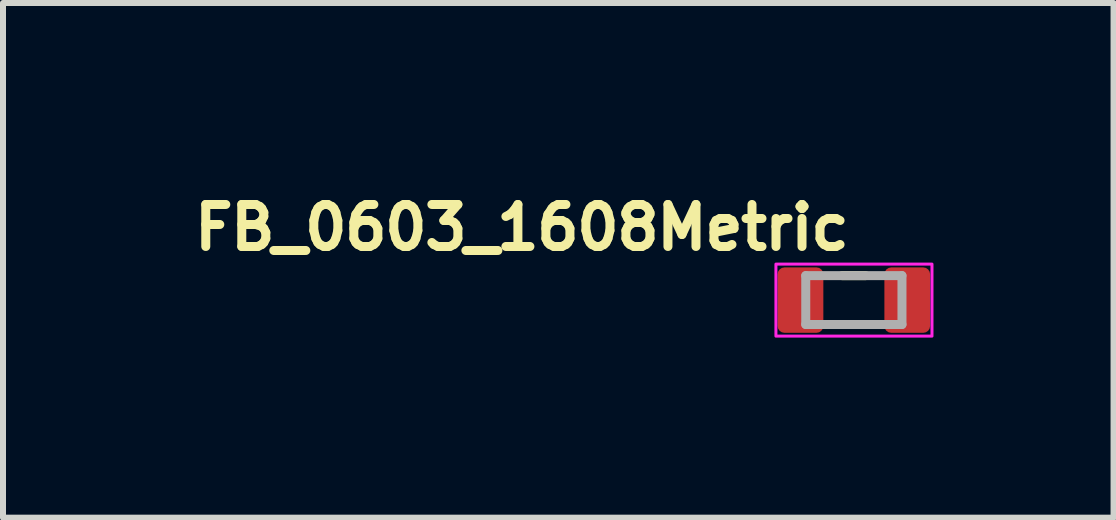
<source format=kicad_pcb>
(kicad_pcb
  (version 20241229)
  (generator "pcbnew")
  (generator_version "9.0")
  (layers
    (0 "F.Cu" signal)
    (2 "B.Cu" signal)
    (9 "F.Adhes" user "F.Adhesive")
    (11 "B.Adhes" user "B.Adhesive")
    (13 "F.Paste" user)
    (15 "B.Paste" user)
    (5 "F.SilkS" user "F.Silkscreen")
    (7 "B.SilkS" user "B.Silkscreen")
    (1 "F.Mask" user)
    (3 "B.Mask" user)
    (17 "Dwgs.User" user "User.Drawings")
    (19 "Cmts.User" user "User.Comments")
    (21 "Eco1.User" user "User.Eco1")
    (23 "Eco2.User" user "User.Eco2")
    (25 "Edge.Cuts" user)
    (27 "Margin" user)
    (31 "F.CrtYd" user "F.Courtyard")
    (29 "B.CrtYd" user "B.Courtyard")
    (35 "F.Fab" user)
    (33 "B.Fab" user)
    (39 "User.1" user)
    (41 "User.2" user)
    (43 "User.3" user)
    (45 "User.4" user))
  (footprint "FB_0603_1608Metric"
    (layer "F.Cu")
    (at 11.177 1.95)
    (property "Reference" "FB_0603_1608Metric" (at 0 -0.8 0) (layer "F.SilkS") (effects (font (size 0.7 0.7) (thickness 0.15)) (justify right bottom)))
    (attr smd)
    (fp_line (start -0.196 -0.408) (end 0.193 -0.408) (stroke (width 0.15) (type solid)) (layer "F.SilkS"))
    (fp_line (start -0.196 0.406) (end 0.193 0.406) (stroke (width 0.15) (type solid)) (layer "F.SilkS"))
    (fp_rect (start -1.3 -0.6) (end 1.3 0.6) (stroke (width 0.05) (type solid)) (fill no) (layer "F.CrtYd"))
    (fp_line (start -0.803 0.406) (end -0.803 -0.408) (stroke (width 0.15) (type solid)) (layer "F.Fab"))
    (fp_line (start 0.8 -0.408) (end -0.803 -0.408) (stroke (width 0.15) (type solid)) (layer "F.Fab"))
    (fp_line (start 0.8 -0.408) (end 0.8 0.406) (stroke (width 0.15) (type solid)) (layer "F.Fab"))
    (fp_line (start 0.8 0.406) (end -0.803 0.406) (stroke (width 0.15) (type solid)) (layer "F.Fab"))
    (fp_rect (start -0.802 -0.402) (end 0.8 0.4) (stroke (width 0.1) (type solid)) (fill no) (layer "User.5"))
    (fp_line (start -0.802 -0.392) (end -0.802 -0.392) (stroke (width 0.02) (type solid)) (layer "User.9"))
    (fp_line (start -0.802 -0.392) (end -0.801 -0.391) (stroke (width 0.02) (type solid)) (layer "User.9"))
    (fp_line (start -0.802 0.39) (end -0.802 -0.392) (stroke (width 0.02) (type solid)) (layer "User.9"))
    (fp_line (start -0.802 0.39) (end -0.802 0.39) (stroke (width 0.02) (type solid)) (layer "User.9"))
    (fp_line (start -0.802 0.39) (end -0.801 0.39) (stroke (width 0.02) (type solid)) (layer "User.9"))
    (fp_line (start -0.801 -0.396) (end -0.801 -0.395) (stroke (width 0.02) (type solid)) (layer "User.9"))
    (fp_line (start -0.801 -0.395) (end -0.801 -0.395) (stroke (width 0.02) (type solid)) (layer "User.9"))
    (fp_line (start -0.801 -0.395) (end -0.801 -0.394) (stroke (width 0.02) (type solid)) (layer "User.9"))
    (fp_line (start -0.801 -0.394) (end -0.801 -0.394) (stroke (width 0.02) (type solid)) (layer "User.9"))
    (fp_line (start -0.801 -0.394) (end -0.801 -0.394) (stroke (width 0.02) (type solid)) (layer "User.9"))
    (fp_line (start -0.801 -0.394) (end -0.801 -0.393) (stroke (width 0.02) (type solid)) (layer "User.9"))
    (fp_line (start -0.801 -0.393) (end -0.801 -0.393) (stroke (width 0.02) (type solid)) (layer "User.9"))
    (fp_line (start -0.801 -0.393) (end -0.801 -0.392) (stroke (width 0.02) (type solid)) (layer "User.9"))
    (fp_line (start -0.801 -0.392) (end -0.802 -0.392) (stroke (width 0.02) (type solid)) (layer "User.9"))
    (fp_line (start -0.801 -0.391) (end -0.801 -0.39) (stroke (width 0.02) (type solid)) (layer "User.9"))
    (fp_line (start -0.801 -0.39) (end -0.801 -0.39) (stroke (width 0.02) (type solid)) (layer "User.9"))
    (fp_line (start -0.801 -0.39) (end -0.801 -0.389) (stroke (width 0.02) (type solid)) (layer "User.9"))
    (fp_line (start -0.801 -0.389) (end -0.801 -0.389) (stroke (width 0.02) (type solid)) (layer "User.9"))
    (fp_line (start -0.801 -0.389) (end -0.801 -0.389) (stroke (width 0.02) (type solid)) (layer "User.9"))
    (fp_line (start -0.801 -0.389) (end -0.801 -0.388) (stroke (width 0.02) (type solid)) (layer "User.9"))
    (fp_line (start -0.801 -0.388) (end -0.801 -0.388) (stroke (width 0.02) (type solid)) (layer "User.9"))
    (fp_line (start -0.801 -0.388) (end -0.801 -0.387) (stroke (width 0.02) (type solid)) (layer "User.9"))
    (fp_line (start -0.801 -0.387) (end -0.8 -0.387) (stroke (width 0.02) (type solid)) (layer "User.9"))
    (fp_line (start -0.801 0.385) (end -0.801 0.386) (stroke (width 0.02) (type solid)) (layer "User.9"))
    (fp_line (start -0.801 0.386) (end -0.801 0.386) (stroke (width 0.02) (type solid)) (layer "User.9"))
    (fp_line (start -0.801 0.386) (end -0.801 0.387) (stroke (width 0.02) (type solid)) (layer "User.9"))
    (fp_line (start -0.801 0.387) (end -0.801 0.387) (stroke (width 0.02) (type solid)) (layer "User.9"))
    (fp_line (start -0.801 0.387) (end -0.801 0.387) (stroke (width 0.02) (type solid)) (layer "User.9"))
    (fp_line (start -0.801 0.387) (end -0.801 0.388) (stroke (width 0.02) (type solid)) (layer "User.9"))
    (fp_line (start -0.801 0.388) (end -0.801 0.388) (stroke (width 0.02) (type solid)) (layer "User.9"))
    (fp_line (start -0.801 0.388) (end -0.801 0.389) (stroke (width 0.02) (type solid)) (layer "User.9"))
    (fp_line (start -0.801 0.389) (end -0.802 0.39) (stroke (width 0.02) (type solid)) (layer "User.9"))
    (fp_line (start -0.801 0.39) (end -0.801 0.391) (stroke (width 0.02) (type solid)) (layer "User.9"))
    (fp_line (start -0.801 0.391) (end -0.801 0.391) (stroke (width 0.02) (type solid)) (layer "User.9"))
    (fp_line (start -0.801 0.391) (end -0.801 0.392) (stroke (width 0.02) (type solid)) (layer "User.9"))
    (fp_line (start -0.801 0.392) (end -0.801 0.392) (stroke (width 0.02) (type solid)) (layer "User.9"))
    (fp_line (start -0.801 0.392) (end -0.801 0.392) (stroke (width 0.02) (type solid)) (layer "User.9"))
    (fp_line (start -0.801 0.392) (end -0.801 0.393) (stroke (width 0.02) (type solid)) (layer "User.9"))
    (fp_line (start -0.801 0.393) (end -0.801 0.393) (stroke (width 0.02) (type solid)) (layer "User.9"))
    (fp_line (start -0.801 0.393) (end -0.801 0.394) (stroke (width 0.02) (type solid)) (layer "User.9"))
    (fp_line (start -0.801 0.394) (end -0.8 0.394) (stroke (width 0.02) (type solid)) (layer "User.9"))
    (fp_line (start -0.8 -0.397) (end -0.8 -0.397) (stroke (width 0.02) (type solid)) (layer "User.9"))
    (fp_line (start -0.8 -0.397) (end -0.8 -0.397) (stroke (width 0.02) (type solid)) (layer "User.9"))
    (fp_line (start -0.8 -0.397) (end -0.8 -0.396) (stroke (width 0.02) (type solid)) (layer "User.9"))
    (fp_line (start -0.8 -0.396) (end -0.801 -0.396) (stroke (width 0.02) (type solid)) (layer "User.9"))
    (fp_line (start -0.8 -0.387) (end -0.8 -0.386) (stroke (width 0.02) (type solid)) (layer "User.9"))
    (fp_line (start -0.8 -0.386) (end -0.8 -0.386) (stroke (width 0.02) (type solid)) (layer "User.9"))
    (fp_line (start -0.8 -0.386) (end -0.8 -0.386) (stroke (width 0.02) (type solid)) (layer "User.9"))
    (fp_line (start -0.8 -0.386) (end -0.799 -0.384) (stroke (width 0.02) (type solid)) (layer "User.9"))
    (fp_line (start -0.8 0.384) (end -0.8 0.384) (stroke (width 0.02) (type solid)) (layer "User.9"))
    (fp_line (start -0.8 0.384) (end -0.8 0.384) (stroke (width 0.02) (type solid)) (layer "User.9"))
    (fp_line (start -0.8 0.384) (end -0.8 0.385) (stroke (width 0.02) (type solid)) (layer "User.9"))
    (fp_line (start -0.8 0.385) (end -0.801 0.385) (stroke (width 0.02) (type solid)) (layer "User.9"))
    (fp_line (start -0.8 0.394) (end -0.8 0.395) (stroke (width 0.02) (type solid)) (layer "User.9"))
    (fp_line (start -0.8 0.395) (end -0.8 0.395) (stroke (width 0.02) (type solid)) (layer "User.9"))
    (fp_line (start -0.8 0.395) (end -0.8 0.395) (stroke (width 0.02) (type solid)) (layer "User.9"))
    (fp_line (start -0.8 0.395) (end -0.799 0.396) (stroke (width 0.02) (type solid)) (layer "User.9"))
    (fp_line (start -0.799 -0.399) (end -0.799 -0.398) (stroke (width 0.02) (type solid)) (layer "User.9"))
    (fp_line (start -0.799 -0.398) (end -0.8 -0.397) (stroke (width 0.02) (type solid)) (layer "User.9"))
    (fp_line (start -0.799 -0.398) (end -0.799 -0.398) (stroke (width 0.02) (type solid)) (layer "User.9"))
    (fp_line (start -0.799 -0.384) (end -0.799 -0.384) (stroke (width 0.02) (type solid)) (layer "User.9"))
    (fp_line (start -0.799 -0.384) (end -0.799 -0.383) (stroke (width 0.02) (type solid)) (layer "User.9"))
    (fp_line (start -0.799 -0.383) (end -0.798 -0.383) (stroke (width 0.02) (type solid)) (layer "User.9"))
    (fp_line (start -0.799 0.381) (end -0.799 0.382) (stroke (width 0.02) (type solid)) (layer "User.9"))
    (fp_line (start -0.799 0.382) (end -0.8 0.384) (stroke (width 0.02) (type solid)) (layer "User.9"))
    (fp_line (start -0.799 0.382) (end -0.799 0.382) (stroke (width 0.02) (type solid)) (layer "User.9"))
    (fp_line (start -0.799 0.396) (end -0.799 0.396) (stroke (width 0.02) (type solid)) (layer "User.9"))
    (fp_line (start -0.799 0.396) (end -0.799 0.397) (stroke (width 0.02) (type solid)) (layer "User.9"))
    (fp_line (start -0.799 0.397) (end -0.798 0.397) (stroke (width 0.02) (type solid)) (layer "User.9"))
    (fp_line (start -0.798 -0.399) (end -0.799 -0.399) (stroke (width 0.02) (type solid)) (layer "User.9"))
    (fp_line (start -0.798 -0.399) (end -0.798 -0.399) (stroke (width 0.02) (type solid)) (layer "User.9"))
    (fp_line (start -0.798 -0.383) (end -0.798 -0.383) (stroke (width 0.02) (type solid)) (layer "User.9"))
    (fp_line (start -0.798 -0.383) (end -0.797 -0.382) (stroke (width 0.02) (type solid)) (layer "User.9"))
    (fp_line (start -0.798 0.381) (end -0.799 0.381) (stroke (width 0.02) (type solid)) (layer "User.9"))
    (fp_line (start -0.798 0.381) (end -0.798 0.381) (stroke (width 0.02) (type solid)) (layer "User.9"))
    (fp_line (start -0.798 0.397) (end -0.798 0.397) (stroke (width 0.02) (type solid)) (layer "User.9"))
    (fp_line (start -0.798 0.397) (end -0.797 0.398) (stroke (width 0.02) (type solid)) (layer "User.9"))
    (fp_line (start -0.797 -0.4) (end -0.798 -0.399) (stroke (width 0.02) (type solid)) (layer "User.9"))
    (fp_line (start -0.797 -0.4) (end -0.797 -0.4) (stroke (width 0.02) (type solid)) (layer "User.9"))
    (fp_line (start -0.797 -0.4) (end -0.797 -0.4) (stroke (width 0.02) (type solid)) (layer "User.9"))
    (fp_line (start -0.797 -0.382) (end -0.797 -0.382) (stroke (width 0.02) (type solid)) (layer "User.9"))
    (fp_line (start -0.797 -0.382) (end -0.797 -0.382) (stroke (width 0.02) (type solid)) (layer "User.9"))
    (fp_line (start -0.797 -0.382) (end -0.796 -0.382) (stroke (width 0.02) (type solid)) (layer "User.9"))
    (fp_line (start -0.797 0.38) (end -0.798 0.381) (stroke (width 0.02) (type solid)) (layer "User.9"))
    (fp_line (start -0.797 0.38) (end -0.797 0.38) (stroke (width 0.02) (type solid)) (layer "User.9"))
    (fp_line (start -0.797 0.38) (end -0.797 0.38) (stroke (width 0.02) (type solid)) (layer "User.9"))
    (fp_line (start -0.797 0.398) (end -0.797 0.398) (stroke (width 0.02) (type solid)) (layer "User.9"))
    (fp_line (start -0.797 0.398) (end -0.797 0.398) (stroke (width 0.02) (type solid)) (layer "User.9"))
    (fp_line (start -0.797 0.398) (end -0.796 0.398) (stroke (width 0.02) (type solid)) (layer "User.9"))
    (fp_line (start -0.796 -0.401) (end -0.796 -0.4) (stroke (width 0.02) (type solid)) (layer "User.9"))
    (fp_line (start -0.796 -0.4) (end -0.797 -0.4) (stroke (width 0.02) (type solid)) (layer "User.9"))
    (fp_line (start -0.796 -0.382) (end -0.796 -0.381) (stroke (width 0.02) (type solid)) (layer "User.9"))
    (fp_line (start -0.796 -0.381) (end -0.795 -0.381) (stroke (width 0.02) (type solid)) (layer "User.9"))
    (fp_line (start -0.796 0.379) (end -0.796 0.38) (stroke (width 0.02) (type solid)) (layer "User.9"))
    (fp_line (start -0.796 0.38) (end -0.797 0.38) (stroke (width 0.02) (type solid)) (layer "User.9"))
    (fp_line (start -0.796 0.398) (end -0.796 0.399) (stroke (width 0.02) (type solid)) (layer "User.9"))
    (fp_line (start -0.796 0.399) (end -0.795 0.399) (stroke (width 0.02) (type solid)) (layer "User.9"))
    (fp_line (start -0.795 -0.401) (end -0.796 -0.401) (stroke (width 0.02) (type solid)) (layer "User.9"))
    (fp_line (start -0.795 -0.401) (end -0.795 -0.401) (stroke (width 0.02) (type solid)) (layer "User.9"))
    (fp_line (start -0.795 -0.381) (end -0.795 -0.381) (stroke (width 0.02) (type solid)) (layer "User.9"))
    (fp_line (start -0.795 -0.381) (end -0.794 -0.381) (stroke (width 0.02) (type solid)) (layer "User.9"))
    (fp_line (start -0.795 0.379) (end -0.796 0.379) (stroke (width 0.02) (type solid)) (layer "User.9"))
    (fp_line (start -0.795 0.379) (end -0.795 0.379) (stroke (width 0.02) (type solid)) (layer "User.9"))
    (fp_line (start -0.795 0.399) (end -0.795 0.399) (stroke (width 0.02) (type solid)) (layer "User.9"))
    (fp_line (start -0.795 0.399) (end -0.794 0.399) (stroke (width 0.02) (type solid)) (layer "User.9"))
    (fp_line (start -0.794 -0.401) (end -0.795 -0.401) (stroke (width 0.02) (type solid)) (layer "User.9"))
    (fp_line (start -0.794 -0.401) (end -0.794 -0.401) (stroke (width 0.02) (type solid)) (layer "User.9"))
    (fp_line (start -0.794 -0.401) (end -0.794 -0.401) (stroke (width 0.02) (type solid)) (layer "User.9"))
    (fp_line (start -0.794 -0.381) (end -0.794 -0.381) (stroke (width 0.02) (type solid)) (layer "User.9"))
    (fp_line (start -0.794 -0.381) (end -0.794 -0.381) (stroke (width 0.02) (type solid)) (layer "User.9"))
    (fp_line (start -0.794 -0.381) (end -0.793 -0.381) (stroke (width 0.02) (type solid)) (layer "User.9"))
    (fp_line (start -0.794 0.379) (end -0.795 0.379) (stroke (width 0.02) (type solid)) (layer "User.9"))
    (fp_line (start -0.794 0.379) (end -0.794 0.379) (stroke (width 0.02) (type solid)) (layer "User.9"))
    (fp_line (start -0.794 0.379) (end -0.794 0.379) (stroke (width 0.02) (type solid)) (layer "User.9"))
    (fp_line (start -0.794 0.399) (end -0.794 0.399) (stroke (width 0.02) (type solid)) (layer "User.9"))
    (fp_line (start -0.794 0.399) (end -0.794 0.399) (stroke (width 0.02) (type solid)) (layer "User.9"))
    (fp_line (start -0.794 0.399) (end -0.793 0.399) (stroke (width 0.02) (type solid)) (layer "User.9"))
    (fp_line (start -0.793 -0.401) (end -0.794 -0.401) (stroke (width 0.02) (type solid)) (layer "User.9"))
    (fp_line (start -0.793 -0.401) (end -0.793 -0.401) (stroke (width 0.02) (type solid)) (layer "User.9"))
    (fp_line (start -0.793 -0.381) (end -0.793 -0.381) (stroke (width 0.02) (type solid)) (layer "User.9"))
    (fp_line (start -0.793 -0.381) (end -0.792 -0.381) (stroke (width 0.02) (type solid)) (layer "User.9"))
    (fp_line (start -0.793 0.379) (end -0.794 0.379) (stroke (width 0.02) (type solid)) (layer "User.9"))
    (fp_line (start -0.793 0.379) (end -0.793 0.379) (stroke (width 0.02) (type solid)) (layer "User.9"))
    (fp_line (start -0.793 0.399) (end -0.793 0.399) (stroke (width 0.02) (type solid)) (layer "User.9"))
    (fp_line (start -0.793 0.399) (end -0.792 0.399) (stroke (width 0.02) (type solid)) (layer "User.9"))
    (fp_line (start -0.792 -0.402) (end -0.792 -0.402) (stroke (width 0.02) (type solid)) (layer "User.9"))
    (fp_line (start -0.792 -0.402) (end -0.792 -0.401) (stroke (width 0.02) (type solid)) (layer "User.9"))
    (fp_line (start -0.792 -0.402) (end -0.777 -0.402) (stroke (width 0.02) (type solid)) (layer "User.9"))
    (fp_line (start -0.792 -0.402) (end -0.772 -0.402) (stroke (width 0.02) (type solid)) (layer "User.9"))
    (fp_line (start -0.792 -0.401) (end -0.793 -0.401) (stroke (width 0.02) (type solid)) (layer "User.9"))
    (fp_line (start -0.792 -0.381) (end -0.792 -0.38) (stroke (width 0.02) (type solid)) (layer "User.9"))
    (fp_line (start -0.792 -0.38) (end -0.792 -0.38) (stroke (width 0.02) (type solid)) (layer "User.9"))
    (fp_line (start -0.792 -0.38) (end -0.791 -0.381) (stroke (width 0.02) (type solid)) (layer "User.9"))
    (fp_line (start -0.792 0.378) (end -0.792 0.378) (stroke (width 0.02) (type solid)) (layer "User.9"))
    (fp_line (start -0.792 0.378) (end -0.792 0.379) (stroke (width 0.02) (type solid)) (layer "User.9"))
    (fp_line (start -0.792 0.379) (end -0.793 0.379) (stroke (width 0.02) (type solid)) (layer "User.9"))
    (fp_line (start -0.792 0.399) (end -0.792 0.4) (stroke (width 0.02) (type solid)) (layer "User.9"))
    (fp_line (start -0.792 0.4) (end -0.792 0.4) (stroke (width 0.02) (type solid)) (layer "User.9"))
    (fp_line (start -0.792 0.4) (end -0.791 0.399) (stroke (width 0.02) (type solid)) (layer "User.9"))
    (fp_line (start -0.792 0.4) (end -0.777 0.4) (stroke (width 0.02) (type solid)) (layer "User.9"))
    (fp_line (start -0.792 0.4) (end -0.772 0.4) (stroke (width 0.02) (type solid)) (layer "User.9"))
    (fp_line (start -0.791 -0.401) (end -0.792 -0.402) (stroke (width 0.02) (type solid)) (layer "User.9"))
    (fp_line (start -0.791 -0.381) (end -0.79 -0.381) (stroke (width 0.02) (type solid)) (layer "User.9"))
    (fp_line (start -0.791 0.379) (end -0.792 0.378) (stroke (width 0.02) (type solid)) (layer "User.9"))
    (fp_line (start -0.791 0.399) (end -0.79 0.399) (stroke (width 0.02) (type solid)) (layer "User.9"))
    (fp_line (start -0.79 -0.401) (end -0.791 -0.401) (stroke (width 0.02) (type solid)) (layer "User.9"))
    (fp_line (start -0.79 -0.401) (end -0.79 -0.401) (stroke (width 0.02) (type solid)) (layer "User.9"))
    (fp_line (start -0.79 -0.381) (end -0.79 -0.381) (stroke (width 0.02) (type solid)) (layer "User.9"))
    (fp_line (start -0.79 -0.381) (end -0.789 -0.381) (stroke (width 0.02) (type solid)) (layer "User.9"))
    (fp_line (start -0.79 0.379) (end -0.791 0.379) (stroke (width 0.02) (type solid)) (layer "User.9"))
    (fp_line (start -0.79 0.379) (end -0.79 0.379) (stroke (width 0.02) (type solid)) (layer "User.9"))
    (fp_line (start -0.79 0.399) (end -0.79 0.399) (stroke (width 0.02) (type solid)) (layer "User.9"))
    (fp_line (start -0.79 0.399) (end -0.789 0.399) (stroke (width 0.02) (type solid)) (layer "User.9"))
    (fp_line (start -0.789 -0.401) (end -0.79 -0.401) (stroke (width 0.02) (type solid)) (layer "User.9"))
    (fp_line (start -0.789 -0.401) (end -0.789 -0.401) (stroke (width 0.02) (type solid)) (layer "User.9"))
    (fp_line (start -0.789 -0.401) (end -0.789 -0.401) (stroke (width 0.02) (type solid)) (layer "User.9"))
    (fp_line (start -0.789 -0.381) (end -0.789 -0.381) (stroke (width 0.02) (type solid)) (layer "User.9"))
    (fp_line (start -0.789 -0.381) (end -0.789 -0.381) (stroke (width 0.02) (type solid)) (layer "User.9"))
    (fp_line (start -0.789 -0.381) (end -0.788 -0.381) (stroke (width 0.02) (type solid)) (layer "User.9"))
    (fp_line (start -0.789 0.379) (end -0.79 0.379) (stroke (width 0.02) (type solid)) (layer "User.9"))
    (fp_line (start -0.789 0.379) (end -0.789 0.379) (stroke (width 0.02) (type solid)) (layer "User.9"))
    (fp_line (start -0.789 0.379) (end -0.789 0.379) (stroke (width 0.02) (type solid)) (layer "User.9"))
    (fp_line (start -0.789 0.399) (end -0.789 0.399) (stroke (width 0.02) (type solid)) (layer "User.9"))
    (fp_line (start -0.789 0.399) (end -0.789 0.399) (stroke (width 0.02) (type solid)) (layer "User.9"))
    (fp_line (start -0.789 0.399) (end -0.788 0.399) (stroke (width 0.02) (type solid)) (layer "User.9"))
    (fp_line (start -0.788 -0.401) (end -0.789 -0.401) (stroke (width 0.02) (type solid)) (layer "User.9"))
    (fp_line (start -0.788 -0.401) (end -0.788 -0.401) (stroke (width 0.02) (type solid)) (layer "User.9"))
    (fp_line (start -0.788 -0.381) (end -0.788 -0.381) (stroke (width 0.02) (type solid)) (layer "User.9"))
    (fp_line (start -0.788 -0.381) (end -0.787 -0.381) (stroke (width 0.02) (type solid)) (layer "User.9"))
    (fp_line (start -0.788 0.379) (end -0.789 0.379) (stroke (width 0.02) (type solid)) (layer "User.9"))
    (fp_line (start -0.788 0.379) (end -0.788 0.379) (stroke (width 0.02) (type solid)) (layer "User.9"))
    (fp_line (start -0.788 0.399) (end -0.788 0.399) (stroke (width 0.02) (type solid)) (layer "User.9"))
    (fp_line (start -0.788 0.399) (end -0.787 0.399) (stroke (width 0.02) (type solid)) (layer "User.9"))
    (fp_line (start -0.787 -0.401) (end -0.788 -0.401) (stroke (width 0.02) (type solid)) (layer "User.9"))
    (fp_line (start -0.787 -0.4) (end -0.787 -0.401) (stroke (width 0.02) (type solid)) (layer "User.9"))
    (fp_line (start -0.787 -0.382) (end -0.786 -0.382) (stroke (width 0.02) (type solid)) (layer "User.9"))
    (fp_line (start -0.787 -0.381) (end -0.787 -0.382) (stroke (width 0.02) (type solid)) (layer "User.9"))
    (fp_line (start -0.787 0.379) (end -0.788 0.379) (stroke (width 0.02) (type solid)) (layer "User.9"))
    (fp_line (start -0.787 0.38) (end -0.787 0.379) (stroke (width 0.02) (type solid)) (layer "User.9"))
    (fp_line (start -0.787 0.398) (end -0.786 0.398) (stroke (width 0.02) (type solid)) (layer "User.9"))
    (fp_line (start -0.787 0.399) (end -0.787 0.398) (stroke (width 0.02) (type solid)) (layer "User.9"))
    (fp_line (start -0.786 -0.4) (end -0.787 -0.4) (stroke (width 0.02) (type solid)) (layer "User.9"))
    (fp_line (start -0.786 -0.4) (end -0.786 -0.4) (stroke (width 0.02) (type solid)) (layer "User.9"))
    (fp_line (start -0.786 -0.4) (end -0.786 -0.4) (stroke (width 0.02) (type solid)) (layer "User.9"))
    (fp_line (start -0.786 -0.382) (end -0.786 -0.382) (stroke (width 0.02) (type solid)) (layer "User.9"))
    (fp_line (start -0.786 -0.382) (end -0.786 -0.382) (stroke (width 0.02) (type solid)) (layer "User.9"))
    (fp_line (start -0.786 -0.382) (end -0.785 -0.383) (stroke (width 0.02) (type solid)) (layer "User.9"))
    (fp_line (start -0.786 0.38) (end -0.787 0.38) (stroke (width 0.02) (type solid)) (layer "User.9"))
    (fp_line (start -0.786 0.38) (end -0.786 0.38) (stroke (width 0.02) (type solid)) (layer "User.9"))
    (fp_line (start -0.786 0.38) (end -0.786 0.38) (stroke (width 0.02) (type solid)) (layer "User.9"))
    (fp_line (start -0.786 0.398) (end -0.786 0.398) (stroke (width 0.02) (type solid)) (layer "User.9"))
    (fp_line (start -0.786 0.398) (end -0.786 0.398) (stroke (width 0.02) (type solid)) (layer "User.9"))
    (fp_line (start -0.786 0.398) (end -0.785 0.397) (stroke (width 0.02) (type solid)) (layer "User.9"))
    (fp_line (start -0.785 -0.399) (end -0.786 -0.4) (stroke (width 0.02) (type solid)) (layer "User.9"))
    (fp_line (start -0.785 -0.399) (end -0.785 -0.399) (stroke (width 0.02) (type solid)) (layer "User.9"))
    (fp_line (start -0.785 -0.383) (end -0.785 -0.383) (stroke (width 0.02) (type solid)) (layer "User.9"))
    (fp_line (start -0.785 -0.383) (end -0.784 -0.383) (stroke (width 0.02) (type solid)) (layer "User.9"))
    (fp_line (start -0.785 0.381) (end -0.786 0.38) (stroke (width 0.02) (type solid)) (layer "User.9"))
    (fp_line (start -0.785 0.381) (end -0.785 0.381) (stroke (width 0.02) (type solid)) (layer "User.9"))
    (fp_line (start -0.785 0.397) (end -0.785 0.397) (stroke (width 0.02) (type solid)) (layer "User.9"))
    (fp_line (start -0.785 0.397) (end -0.784 0.397) (stroke (width 0.02) (type solid)) (layer "User.9"))
    (fp_line (start -0.784 -0.399) (end -0.785 -0.399) (stroke (width 0.02) (type solid)) (layer "User.9"))
    (fp_line (start -0.784 -0.398) (end -0.784 -0.399) (stroke (width 0.02) (type solid)) (layer "User.9"))
    (fp_line (start -0.784 -0.398) (end -0.784 -0.398) (stroke (width 0.02) (type solid)) (layer "User.9"))
    (fp_line (start -0.784 -0.384) (end -0.784 -0.384) (stroke (width 0.02) (type solid)) (layer "User.9"))
    (fp_line (start -0.784 -0.384) (end -0.783 -0.386) (stroke (width 0.02) (type solid)) (layer "User.9"))
    (fp_line (start -0.784 -0.383) (end -0.784 -0.384) (stroke (width 0.02) (type solid)) (layer "User.9"))
    (fp_line (start -0.784 0.381) (end -0.785 0.381) (stroke (width 0.02) (type solid)) (layer "User.9"))
    (fp_line (start -0.784 0.382) (end -0.784 0.381) (stroke (width 0.02) (type solid)) (layer "User.9"))
    (fp_line (start -0.784 0.382) (end -0.784 0.382) (stroke (width 0.02) (type solid)) (layer "User.9"))
    (fp_line (start -0.784 0.396) (end -0.784 0.396) (stroke (width 0.02) (type solid)) (layer "User.9"))
    (fp_line (start -0.784 0.396) (end -0.783 0.395) (stroke (width 0.02) (type solid)) (layer "User.9"))
    (fp_line (start -0.784 0.397) (end -0.784 0.396) (stroke (width 0.02) (type solid)) (layer "User.9"))
    (fp_line (start -0.783 -0.397) (end -0.784 -0.398) (stroke (width 0.02) (type solid)) (layer "User.9"))
    (fp_line (start -0.783 -0.397) (end -0.783 -0.397) (stroke (width 0.02) (type solid)) (layer "User.9"))
    (fp_line (start -0.783 -0.397) (end -0.783 -0.397) (stroke (width 0.02) (type solid)) (layer "User.9"))
    (fp_line (start -0.783 -0.396) (end -0.783 -0.397) (stroke (width 0.02) (type solid)) (layer "User.9"))
    (fp_line (start -0.783 -0.387) (end -0.782 -0.387) (stroke (width 0.02) (type solid)) (layer "User.9"))
    (fp_line (start -0.783 -0.386) (end -0.783 -0.387) (stroke (width 0.02) (type solid)) (layer "User.9"))
    (fp_line (start -0.783 -0.386) (end -0.783 -0.386) (stroke (width 0.02) (type solid)) (layer "User.9"))
    (fp_line (start -0.783 -0.386) (end -0.783 -0.386) (stroke (width 0.02) (type solid)) (layer "User.9"))
    (fp_line (start -0.783 0.384) (end -0.784 0.382) (stroke (width 0.02) (type solid)) (layer "User.9"))
    (fp_line (start -0.783 0.384) (end -0.783 0.384) (stroke (width 0.02) (type solid)) (layer "User.9"))
    (fp_line (start -0.783 0.384) (end -0.783 0.384) (stroke (width 0.02) (type solid)) (layer "User.9"))
    (fp_line (start -0.783 0.385) (end -0.783 0.384) (stroke (width 0.02) (type solid)) (layer "User.9"))
    (fp_line (start -0.783 0.394) (end -0.782 0.394) (stroke (width 0.02) (type solid)) (layer "User.9"))
    (fp_line (start -0.783 0.395) (end -0.783 0.394) (stroke (width 0.02) (type solid)) (layer "User.9"))
    (fp_line (start -0.783 0.395) (end -0.783 0.395) (stroke (width 0.02) (type solid)) (layer "User.9"))
    (fp_line (start -0.783 0.395) (end -0.783 0.395) (stroke (width 0.02) (type solid)) (layer "User.9"))
    (fp_line (start -0.782 -0.396) (end -0.783 -0.396) (stroke (width 0.02) (type solid)) (layer "User.9"))
    (fp_line (start -0.782 -0.395) (end -0.782 -0.396) (stroke (width 0.02) (type solid)) (layer "User.9"))
    (fp_line (start -0.782 -0.395) (end -0.782 -0.395) (stroke (width 0.02) (type solid)) (layer "User.9"))
    (fp_line (start -0.782 -0.394) (end -0.782 -0.395) (stroke (width 0.02) (type solid)) (layer "User.9"))
    (fp_line (start -0.782 -0.394) (end -0.782 -0.394) (stroke (width 0.02) (type solid)) (layer "User.9"))
    (fp_line (start -0.782 -0.394) (end -0.782 -0.394) (stroke (width 0.02) (type solid)) (layer "User.9"))
    (fp_line (start -0.782 -0.393) (end -0.782 -0.394) (stroke (width 0.02) (type solid)) (layer "User.9"))
    (fp_line (start -0.782 -0.393) (end -0.782 -0.393) (stroke (width 0.02) (type solid)) (layer "User.9"))
    (fp_line (start -0.782 -0.392) (end -0.782 -0.393) (stroke (width 0.02) (type solid)) (layer "User.9"))
    (fp_line (start -0.782 -0.392) (end -0.782 -0.392) (stroke (width 0.02) (type solid)) (layer "User.9"))
    (fp_line (start -0.782 -0.392) (end -0.782 -0.392) (stroke (width 0.02) (type solid)) (layer "User.9"))
    (fp_line (start -0.782 -0.392) (end -0.782 -0.392) (stroke (width 0.02) (type solid)) (layer "User.9"))
    (fp_line (start -0.782 -0.391) (end -0.782 -0.392) (stroke (width 0.02) (type solid)) (layer "User.9"))
    (fp_line (start -0.782 -0.39) (end -0.782 -0.391) (stroke (width 0.02) (type solid)) (layer "User.9"))
    (fp_line (start -0.782 -0.39) (end -0.782 -0.39) (stroke (width 0.02) (type solid)) (layer "User.9"))
    (fp_line (start -0.782 -0.389) (end -0.782 -0.39) (stroke (width 0.02) (type solid)) (layer "User.9"))
    (fp_line (start -0.782 -0.389) (end -0.782 -0.389) (stroke (width 0.02) (type solid)) (layer "User.9"))
    (fp_line (start -0.782 -0.389) (end -0.782 -0.389) (stroke (width 0.02) (type solid)) (layer "User.9"))
    (fp_line (start -0.782 -0.388) (end -0.782 -0.389) (stroke (width 0.02) (type solid)) (layer "User.9"))
    (fp_line (start -0.782 -0.388) (end -0.782 -0.388) (stroke (width 0.02) (type solid)) (layer "User.9"))
    (fp_line (start -0.782 -0.387) (end -0.782 -0.388) (stroke (width 0.02) (type solid)) (layer "User.9"))
    (fp_line (start -0.782 0.385) (end -0.783 0.385) (stroke (width 0.02) (type solid)) (layer "User.9"))
    (fp_line (start -0.782 0.386) (end -0.782 0.385) (stroke (width 0.02) (type solid)) (layer "User.9"))
    (fp_line (start -0.782 0.386) (end -0.782 0.386) (stroke (width 0.02) (type solid)) (layer "User.9"))
    (fp_line (start -0.782 0.387) (end -0.782 0.386) (stroke (width 0.02) (type solid)) (layer "User.9"))
    (fp_line (start -0.782 0.387) (end -0.782 0.387) (stroke (width 0.02) (type solid)) (layer "User.9"))
    (fp_line (start -0.782 0.387) (end -0.782 0.387) (stroke (width 0.02) (type solid)) (layer "User.9"))
    (fp_line (start -0.782 0.388) (end -0.782 0.387) (stroke (width 0.02) (type solid)) (layer "User.9"))
    (fp_line (start -0.782 0.388) (end -0.782 0.388) (stroke (width 0.02) (type solid)) (layer "User.9"))
    (fp_line (start -0.782 0.389) (end -0.782 0.388) (stroke (width 0.02) (type solid)) (layer "User.9"))
    (fp_line (start -0.782 0.39) (end -0.782 0.389) (stroke (width 0.02) (type solid)) (layer "User.9"))
    (fp_line (start -0.782 0.39) (end -0.782 0.39) (stroke (width 0.02) (type solid)) (layer "User.9"))
    (fp_line (start -0.782 0.39) (end -0.782 0.39) (stroke (width 0.02) (type solid)) (layer "User.9"))
    (fp_line (start -0.782 0.39) (end -0.782 0.39) (stroke (width 0.02) (type solid)) (layer "User.9"))
    (fp_line (start -0.782 0.391) (end -0.782 0.39) (stroke (width 0.02) (type solid)) (layer "User.9"))
    (fp_line (start -0.782 0.391) (end -0.782 0.391) (stroke (width 0.02) (type solid)) (layer "User.9"))
    (fp_line (start -0.782 0.392) (end -0.782 0.391) (stroke (width 0.02) (type solid)) (layer "User.9"))
    (fp_line (start -0.782 0.392) (end -0.782 0.392) (stroke (width 0.02) (type solid)) (layer "User.9"))
    (fp_line (start -0.782 0.392) (end -0.782 0.392) (stroke (width 0.02) (type solid)) (layer "User.9"))
    (fp_line (start -0.782 0.393) (end -0.782 0.392) (stroke (width 0.02) (type solid)) (layer "User.9"))
    (fp_line (start -0.782 0.393) (end -0.782 0.393) (stroke (width 0.02) (type solid)) (layer "User.9"))
    (fp_line (start -0.782 0.394) (end -0.782 0.393) (stroke (width 0.02) (type solid)) (layer "User.9"))
    (fp_line (start -0.777 -0.402) (end -0.772 -0.402) (stroke (width 0.02) (type solid)) (layer "User.9"))
    (fp_line (start -0.777 -0.402) (end -0.772 -0.402) (stroke (width 0.02) (type solid)) (layer "User.9"))
    (fp_line (start -0.772 -0.402) (end -0.792 -0.402) (stroke (width 0.02) (type solid)) (layer "User.9"))
    (fp_line (start -0.772 -0.402) (end -0.6 -0.402) (stroke (width 0.02) (type solid)) (layer "User.9"))
    (fp_line (start -0.772 0.4) (end -0.792 0.4) (stroke (width 0.02) (type solid)) (layer "User.9"))
    (fp_line (start -0.6 -0.402) (end -0.59 -0.392) (stroke (width 0.02) (type solid)) (layer "User.9"))
    (fp_line (start -0.6 -0.402) (end 0.598 -0.402) (stroke (width 0.02) (type solid)) (layer "User.9"))
    (fp_line (start -0.6 0.4) (end -0.772 0.4) (stroke (width 0.02) (type solid)) (layer "User.9"))
    (fp_line (start -0.6 0.4) (end -0.6 -0.402) (stroke (width 0.02) (type solid)) (layer "User.9"))
    (fp_line (start -0.59 0.39) (end -0.6 0.4) (stroke (width 0.02) (type solid)) (layer "User.9"))
    (fp_line (start 0.588 -0.392) (end 0.598 -0.402) (stroke (width 0.02) (type solid)) (layer "User.9"))
    (fp_line (start 0.588 0.39) (end 0.598 0.4) (stroke (width 0.02) (type solid)) (layer "User.9"))
    (fp_line (start 0.598 -0.402) (end 0.598 0.4) (stroke (width 0.02) (type solid)) (layer "User.9"))
    (fp_line (start 0.598 -0.402) (end 0.77 -0.402) (stroke (width 0.02) (type solid)) (layer "User.9"))
    (fp_line (start 0.598 0.4) (end -0.6 0.4) (stroke (width 0.02) (type solid)) (layer "User.9"))
    (fp_line (start 0.77 -0.402) (end 0.775 -0.402) (stroke (width 0.02) (type solid)) (layer "User.9"))
    (fp_line (start 0.77 -0.402) (end 0.79 -0.402) (stroke (width 0.02) (type solid)) (layer "User.9"))
    (fp_line (start 0.77 0.4) (end 0.598 0.4) (stroke (width 0.02) (type solid)) (layer "User.9"))
    (fp_line (start 0.77 0.4) (end 0.79 0.4) (stroke (width 0.02) (type solid)) (layer "User.9"))
    (fp_line (start 0.775 -0.402) (end 0.77 -0.402) (stroke (width 0.02) (type solid)) (layer "User.9"))
    (fp_line (start 0.775 -0.402) (end 0.79 -0.402) (stroke (width 0.02) (type solid)) (layer "User.9"))
    (fp_line (start 0.775 0.4) (end 0.77 0.4) (stroke (width 0.02) (type solid)) (layer "User.9"))
    (fp_line (start 0.775 0.4) (end 0.77 0.4) (stroke (width 0.02) (type solid)) (layer "User.9"))
    (fp_line (start 0.78 -0.396) (end 0.78 -0.395) (stroke (width 0.02) (type solid)) (layer "User.9"))
    (fp_line (start 0.78 -0.395) (end 0.78 -0.395) (stroke (width 0.02) (type solid)) (layer "User.9"))
    (fp_line (start 0.78 -0.395) (end 0.78 -0.394) (stroke (width 0.02) (type solid)) (layer "User.9"))
    (fp_line (start 0.78 -0.394) (end 0.78 -0.394) (stroke (width 0.02) (type solid)) (layer "User.9"))
    (fp_line (start 0.78 -0.394) (end 0.78 -0.394) (stroke (width 0.02) (type solid)) (layer "User.9"))
    (fp_line (start 0.78 -0.394) (end 0.78 -0.393) (stroke (width 0.02) (type solid)) (layer "User.9"))
    (fp_line (start 0.78 -0.393) (end 0.78 -0.393) (stroke (width 0.02) (type solid)) (layer "User.9"))
    (fp_line (start 0.78 -0.393) (end 0.78 -0.392) (stroke (width 0.02) (type solid)) (layer "User.9"))
    (fp_line (start 0.78 -0.392) (end 0.78 -0.392) (stroke (width 0.02) (type solid)) (layer "User.9"))
    (fp_line (start 0.78 -0.392) (end 0.78 -0.392) (stroke (width 0.02) (type solid)) (layer "User.9"))
    (fp_line (start 0.78 -0.392) (end 0.78 -0.391) (stroke (width 0.02) (type solid)) (layer "User.9"))
    (fp_line (start 0.78 -0.391) (end 0.78 -0.39) (stroke (width 0.02) (type solid)) (layer "User.9"))
    (fp_line (start 0.78 -0.39) (end 0.78 -0.39) (stroke (width 0.02) (type solid)) (layer "User.9"))
    (fp_line (start 0.78 -0.39) (end 0.78 -0.389) (stroke (width 0.02) (type solid)) (layer "User.9"))
    (fp_line (start 0.78 -0.389) (end 0.78 -0.389) (stroke (width 0.02) (type solid)) (layer "User.9"))
    (fp_line (start 0.78 -0.389) (end 0.78 -0.389) (stroke (width 0.02) (type solid)) (layer "User.9"))
    (fp_line (start 0.78 -0.389) (end 0.78 -0.388) (stroke (width 0.02) (type solid)) (layer "User.9"))
    (fp_line (start 0.78 -0.388) (end 0.78 -0.388) (stroke (width 0.02) (type solid)) (layer "User.9"))
    (fp_line (start 0.78 -0.388) (end 0.78 -0.387) (stroke (width 0.02) (type solid)) (layer "User.9"))
    (fp_line (start 0.78 -0.387) (end 0.781 -0.387) (stroke (width 0.02) (type solid)) (layer "User.9"))
    (fp_line (start 0.78 0.385) (end 0.78 0.386) (stroke (width 0.02) (type solid)) (layer "User.9"))
    (fp_line (start 0.78 0.386) (end 0.78 0.386) (stroke (width 0.02) (type solid)) (layer "User.9"))
    (fp_line (start 0.78 0.386) (end 0.78 0.387) (stroke (width 0.02) (type solid)) (layer "User.9"))
    (fp_line (start 0.78 0.387) (end 0.78 0.387) (stroke (width 0.02) (type solid)) (layer "User.9"))
    (fp_line (start 0.78 0.387) (end 0.78 0.387) (stroke (width 0.02) (type solid)) (layer "User.9"))
    (fp_line (start 0.78 0.387) (end 0.78 0.388) (stroke (width 0.02) (type solid)) (layer "User.9"))
    (fp_line (start 0.78 0.388) (end 0.78 0.388) (stroke (width 0.02) (type solid)) (layer "User.9"))
    (fp_line (start 0.78 0.388) (end 0.78 0.389) (stroke (width 0.02) (type solid)) (layer "User.9"))
    (fp_line (start 0.78 0.389) (end 0.78 0.39) (stroke (width 0.02) (type solid)) (layer "User.9"))
    (fp_line (start 0.78 0.39) (end 0.78 0.39) (stroke (width 0.02) (type solid)) (layer "User.9"))
    (fp_line (start 0.78 0.39) (end 0.78 0.39) (stroke (width 0.02) (type solid)) (layer "User.9"))
    (fp_line (start 0.78 0.39) (end 0.78 0.391) (stroke (width 0.02) (type solid)) (layer "User.9"))
    (fp_line (start 0.78 0.391) (end 0.78 0.391) (stroke (width 0.02) (type solid)) (layer "User.9"))
    (fp_line (start 0.78 0.391) (end 0.78 0.392) (stroke (width 0.02) (type solid)) (layer "User.9"))
    (fp_line (start 0.78 0.392) (end 0.78 0.392) (stroke (width 0.02) (type solid)) (layer "User.9"))
    (fp_line (start 0.78 0.392) (end 0.78 0.392) (stroke (width 0.02) (type solid)) (layer "User.9"))
    (fp_line (start 0.78 0.392) (end 0.78 0.393) (stroke (width 0.02) (type solid)) (layer "User.9"))
    (fp_line (start 0.78 0.393) (end 0.78 0.393) (stroke (width 0.02) (type solid)) (layer "User.9"))
    (fp_line (start 0.78 0.393) (end 0.78 0.394) (stroke (width 0.02) (type solid)) (layer "User.9"))
    (fp_line (start 0.78 0.394) (end 0.781 0.394) (stroke (width 0.02) (type solid)) (layer "User.9"))
    (fp_line (start 0.781 -0.397) (end 0.781 -0.397) (stroke (width 0.02) (type solid)) (layer "User.9"))
    (fp_line (start 0.781 -0.397) (end 0.781 -0.397) (stroke (width 0.02) (type solid)) (layer "User.9"))
    (fp_line (start 0.781 -0.397) (end 0.781 -0.396) (stroke (width 0.02) (type solid)) (layer "User.9"))
    (fp_line (start 0.781 -0.396) (end 0.78 -0.396) (stroke (width 0.02) (type solid)) (layer "User.9"))
    (fp_line (start 0.781 -0.387) (end 0.781 -0.386) (stroke (width 0.02) (type solid)) (layer "User.9"))
    (fp_line (start 0.781 -0.386) (end 0.781 -0.386) (stroke (width 0.02) (type solid)) (layer "User.9"))
    (fp_line (start 0.781 -0.386) (end 0.781 -0.386) (stroke (width 0.02) (type solid)) (layer "User.9"))
    (fp_line (start 0.781 -0.386) (end 0.782 -0.384) (stroke (width 0.02) (type solid)) (layer "User.9"))
    (fp_line (start 0.781 0.384) (end 0.781 0.384) (stroke (width 0.02) (type solid)) (layer "User.9"))
    (fp_line (start 0.781 0.384) (end 0.781 0.384) (stroke (width 0.02) (type solid)) (layer "User.9"))
    (fp_line (start 0.781 0.384) (end 0.781 0.385) (stroke (width 0.02) (type solid)) (layer "User.9"))
    (fp_line (start 0.781 0.385) (end 0.78 0.385) (stroke (width 0.02) (type solid)) (layer "User.9"))
    (fp_line (start 0.781 0.394) (end 0.781 0.395) (stroke (width 0.02) (type solid)) (layer "User.9"))
    (fp_line (start 0.781 0.395) (end 0.781 0.395) (stroke (width 0.02) (type solid)) (layer "User.9"))
    (fp_line (start 0.781 0.395) (end 0.781 0.395) (stroke (width 0.02) (type solid)) (layer "User.9"))
    (fp_line (start 0.781 0.395) (end 0.782 0.396) (stroke (width 0.02) (type solid)) (layer "User.9"))
    (fp_line (start 0.782 -0.399) (end 0.782 -0.398) (stroke (width 0.02) (type solid)) (layer "User.9"))
    (fp_line (start 0.782 -0.398) (end 0.781 -0.397) (stroke (width 0.02) (type solid)) (layer "User.9"))
    (fp_line (start 0.782 -0.398) (end 0.782 -0.398) (stroke (width 0.02) (type solid)) (layer "User.9"))
    (fp_line (start 0.782 -0.384) (end 0.782 -0.384) (stroke (width 0.02) (type solid)) (layer "User.9"))
    (fp_line (start 0.782 -0.384) (end 0.782 -0.383) (stroke (width 0.02) (type solid)) (layer "User.9"))
    (fp_line (start 0.782 -0.383) (end 0.783 -0.383) (stroke (width 0.02) (type solid)) (layer "User.9"))
    (fp_line (start 0.782 0.381) (end 0.782 0.382) (stroke (width 0.02) (type solid)) (layer "User.9"))
    (fp_line (start 0.782 0.382) (end 0.781 0.384) (stroke (width 0.02) (type solid)) (layer "User.9"))
    (fp_line (start 0.782 0.382) (end 0.782 0.382) (stroke (width 0.02) (type solid)) (layer "User.9"))
    (fp_line (start 0.782 0.396) (end 0.782 0.396) (stroke (width 0.02) (type solid)) (layer "User.9"))
    (fp_line (start 0.782 0.396) (end 0.782 0.397) (stroke (width 0.02) (type solid)) (layer "User.9"))
    (fp_line (start 0.782 0.397) (end 0.783 0.397) (stroke (width 0.02) (type solid)) (layer "User.9"))
    (fp_line (start 0.783 -0.399) (end 0.782 -0.399) (stroke (width 0.02) (type solid)) (layer "User.9"))
    (fp_line (start 0.783 -0.399) (end 0.783 -0.399) (stroke (width 0.02) (type solid)) (layer "User.9"))
    (fp_line (start 0.783 -0.383) (end 0.783 -0.383) (stroke (width 0.02) (type solid)) (layer "User.9"))
    (fp_line (start 0.783 -0.383) (end 0.784 -0.382) (stroke (width 0.02) (type solid)) (layer "User.9"))
    (fp_line (start 0.783 0.381) (end 0.782 0.381) (stroke (width 0.02) (type solid)) (layer "User.9"))
    (fp_line (start 0.783 0.381) (end 0.783 0.381) (stroke (width 0.02) (type solid)) (layer "User.9"))
    (fp_line (start 0.783 0.397) (end 0.783 0.397) (stroke (width 0.02) (type solid)) (layer "User.9"))
    (fp_line (start 0.783 0.397) (end 0.784 0.398) (stroke (width 0.02) (type solid)) (layer "User.9"))
    (fp_line (start 0.784 -0.4) (end 0.783 -0.399) (stroke (width 0.02) (type solid)) (layer "User.9"))
    (fp_line (start 0.784 -0.4) (end 0.784 -0.4) (stroke (width 0.02) (type solid)) (layer "User.9"))
    (fp_line (start 0.784 -0.4) (end 0.784 -0.4) (stroke (width 0.02) (type solid)) (layer "User.9"))
    (fp_line (start 0.784 -0.382) (end 0.784 -0.382) (stroke (width 0.02) (type solid)) (layer "User.9"))
    (fp_line (start 0.784 -0.382) (end 0.784 -0.382) (stroke (width 0.02) (type solid)) (layer "User.9"))
    (fp_line (start 0.784 -0.382) (end 0.785 -0.382) (stroke (width 0.02) (type solid)) (layer "User.9"))
    (fp_line (start 0.784 0.38) (end 0.783 0.381) (stroke (width 0.02) (type solid)) (layer "User.9"))
    (fp_line (start 0.784 0.38) (end 0.784 0.38) (stroke (width 0.02) (type solid)) (layer "User.9"))
    (fp_line (start 0.784 0.38) (end 0.784 0.38) (stroke (width 0.02) (type solid)) (layer "User.9"))
    (fp_line (start 0.784 0.398) (end 0.784 0.398) (stroke (width 0.02) (type solid)) (layer "User.9"))
    (fp_line (start 0.784 0.398) (end 0.784 0.398) (stroke (width 0.02) (type solid)) (layer "User.9"))
    (fp_line (start 0.784 0.398) (end 0.785 0.398) (stroke (width 0.02) (type solid)) (layer "User.9"))
    (fp_line (start 0.785 -0.401) (end 0.785 -0.4) (stroke (width 0.02) (type solid)) (layer "User.9"))
    (fp_line (start 0.785 -0.4) (end 0.784 -0.4) (stroke (width 0.02) (type solid)) (layer "User.9"))
    (fp_line (start 0.785 -0.382) (end 0.785 -0.381) (stroke (width 0.02) (type solid)) (layer "User.9"))
    (fp_line (start 0.785 -0.381) (end 0.786 -0.381) (stroke (width 0.02) (type solid)) (layer "User.9"))
    (fp_line (start 0.785 0.379) (end 0.785 0.38) (stroke (width 0.02) (type solid)) (layer "User.9"))
    (fp_line (start 0.785 0.38) (end 0.784 0.38) (stroke (width 0.02) (type solid)) (layer "User.9"))
    (fp_line (start 0.785 0.398) (end 0.785 0.399) (stroke (width 0.02) (type solid)) (layer "User.9"))
    (fp_line (start 0.785 0.399) (end 0.786 0.399) (stroke (width 0.02) (type solid)) (layer "User.9"))
    (fp_line (start 0.786 -0.401) (end 0.785 -0.401) (stroke (width 0.02) (type solid)) (layer "User.9"))
    (fp_line (start 0.786 -0.401) (end 0.786 -0.401) (stroke (width 0.02) (type solid)) (layer "User.9"))
    (fp_line (start 0.786 -0.381) (end 0.786 -0.381) (stroke (width 0.02) (type solid)) (layer "User.9"))
    (fp_line (start 0.786 -0.381) (end 0.787 -0.381) (stroke (width 0.02) (type solid)) (layer "User.9"))
    (fp_line (start 0.786 0.379) (end 0.785 0.379) (stroke (width 0.02) (type solid)) (layer "User.9"))
    (fp_line (start 0.786 0.379) (end 0.786 0.379) (stroke (width 0.02) (type solid)) (layer "User.9"))
    (fp_line (start 0.786 0.399) (end 0.786 0.399) (stroke (width 0.02) (type solid)) (layer "User.9"))
    (fp_line (start 0.786 0.399) (end 0.787 0.399) (stroke (width 0.02) (type solid)) (layer "User.9"))
    (fp_line (start 0.787 -0.401) (end 0.786 -0.401) (stroke (width 0.02) (type solid)) (layer "User.9"))
    (fp_line (start 0.787 -0.401) (end 0.787 -0.401) (stroke (width 0.02) (type solid)) (layer "User.9"))
    (fp_line (start 0.787 -0.401) (end 0.787 -0.401) (stroke (width 0.02) (type solid)) (layer "User.9"))
    (fp_line (start 0.787 -0.381) (end 0.787 -0.381) (stroke (width 0.02) (type solid)) (layer "User.9"))
    (fp_line (start 0.787 -0.381) (end 0.787 -0.381) (stroke (width 0.02) (type solid)) (layer "User.9"))
    (fp_line (start 0.787 -0.381) (end 0.788 -0.381) (stroke (width 0.02) (type solid)) (layer "User.9"))
    (fp_line (start 0.787 0.379) (end 0.786 0.379) (stroke (width 0.02) (type solid)) (layer "User.9"))
    (fp_line (start 0.787 0.379) (end 0.787 0.379) (stroke (width 0.02) (type solid)) (layer "User.9"))
    (fp_line (start 0.787 0.379) (end 0.787 0.379) (stroke (width 0.02) (type solid)) (layer "User.9"))
    (fp_line (start 0.787 0.399) (end 0.787 0.399) (stroke (width 0.02) (type solid)) (layer "User.9"))
    (fp_line (start 0.787 0.399) (end 0.787 0.399) (stroke (width 0.02) (type solid)) (layer "User.9"))
    (fp_line (start 0.787 0.399) (end 0.788 0.399) (stroke (width 0.02) (type solid)) (layer "User.9"))
    (fp_line (start 0.788 -0.401) (end 0.787 -0.401) (stroke (width 0.02) (type solid)) (layer "User.9"))
    (fp_line (start 0.788 -0.401) (end 0.788 -0.401) (stroke (width 0.02) (type solid)) (layer "User.9"))
    (fp_line (start 0.788 -0.381) (end 0.788 -0.381) (stroke (width 0.02) (type solid)) (layer "User.9"))
    (fp_line (start 0.788 -0.381) (end 0.789 -0.381) (stroke (width 0.02) (type solid)) (layer "User.9"))
    (fp_line (start 0.788 0.379) (end 0.787 0.379) (stroke (width 0.02) (type solid)) (layer "User.9"))
    (fp_line (start 0.788 0.379) (end 0.788 0.379) (stroke (width 0.02) (type solid)) (layer "User.9"))
    (fp_line (start 0.788 0.399) (end 0.788 0.399) (stroke (width 0.02) (type solid)) (layer "User.9"))
    (fp_line (start 0.788 0.399) (end 0.789 0.399) (stroke (width 0.02) (type solid)) (layer "User.9"))
    (fp_line (start 0.789 -0.401) (end 0.788 -0.401) (stroke (width 0.02) (type solid)) (layer "User.9"))
    (fp_line (start 0.789 -0.381) (end 0.79 -0.38) (stroke (width 0.02) (type solid)) (layer "User.9"))
    (fp_line (start 0.789 0.379) (end 0.788 0.379) (stroke (width 0.02) (type solid)) (layer "User.9"))
    (fp_line (start 0.789 0.399) (end 0.79 0.4) (stroke (width 0.02) (type solid)) (layer "User.9"))
    (fp_line (start 0.79 -0.402) (end 0.77 -0.402) (stroke (width 0.02) (type solid)) (layer "User.9"))
    (fp_line (start 0.79 -0.402) (end 0.775 -0.402) (stroke (width 0.02) (type solid)) (layer "User.9"))
    (fp_line (start 0.79 -0.402) (end 0.789 -0.401) (stroke (width 0.02) (type solid)) (layer "User.9"))
    (fp_line (start 0.79 -0.402) (end 0.79 -0.402) (stroke (width 0.02) (type solid)) (layer "User.9"))
    (fp_line (start 0.79 -0.401) (end 0.79 -0.402) (stroke (width 0.02) (type solid)) (layer "User.9"))
    (fp_line (start 0.79 -0.381) (end 0.791 -0.381) (stroke (width 0.02) (type solid)) (layer "User.9"))
    (fp_line (start 0.79 -0.38) (end 0.79 -0.381) (stroke (width 0.02) (type solid)) (layer "User.9"))
    (fp_line (start 0.79 -0.38) (end 0.79 -0.38) (stroke (width 0.02) (type solid)) (layer "User.9"))
    (fp_line (start 0.79 0.378) (end 0.789 0.379) (stroke (width 0.02) (type solid)) (layer "User.9"))
    (fp_line (start 0.79 0.378) (end 0.79 0.378) (stroke (width 0.02) (type solid)) (layer "User.9"))
    (fp_line (start 0.79 0.379) (end 0.79 0.378) (stroke (width 0.02) (type solid)) (layer "User.9"))
    (fp_line (start 0.79 0.399) (end 0.791 0.399) (stroke (width 0.02) (type solid)) (layer "User.9"))
    (fp_line (start 0.79 0.4) (end 0.77 0.4) (stroke (width 0.02) (type solid)) (layer "User.9"))
    (fp_line (start 0.79 0.4) (end 0.775 0.4) (stroke (width 0.02) (type solid)) (layer "User.9"))
    (fp_line (start 0.79 0.4) (end 0.79 0.399) (stroke (width 0.02) (type solid)) (layer "User.9"))
    (fp_line (start 0.79 0.4) (end 0.79 0.4) (stroke (width 0.02) (type solid)) (layer "User.9"))
    (fp_line (start 0.791 -0.401) (end 0.79 -0.401) (stroke (width 0.02) (type solid)) (layer "User.9"))
    (fp_line (start 0.791 -0.401) (end 0.791 -0.401) (stroke (width 0.02) (type solid)) (layer "User.9"))
    (fp_line (start 0.791 -0.381) (end 0.791 -0.381) (stroke (width 0.02) (type solid)) (layer "User.9"))
    (fp_line (start 0.791 -0.381) (end 0.792 -0.381) (stroke (width 0.02) (type solid)) (layer "User.9"))
    (fp_line (start 0.791 0.379) (end 0.79 0.379) (stroke (width 0.02) (type solid)) (layer "User.9"))
    (fp_line (start 0.791 0.379) (end 0.791 0.379) (stroke (width 0.02) (type solid)) (layer "User.9"))
    (fp_line (start 0.791 0.399) (end 0.791 0.399) (stroke (width 0.02) (type solid)) (layer "User.9"))
    (fp_line (start 0.791 0.399) (end 0.792 0.399) (stroke (width 0.02) (type solid)) (layer "User.9"))
    (fp_line (start 0.792 -0.401) (end 0.791 -0.401) (stroke (width 0.02) (type solid)) (layer "User.9"))
    (fp_line (start 0.792 -0.401) (end 0.792 -0.401) (stroke (width 0.02) (type solid)) (layer "User.9"))
    (fp_line (start 0.792 -0.401) (end 0.792 -0.401) (stroke (width 0.02) (type solid)) (layer "User.9"))
    (fp_line (start 0.792 -0.381) (end 0.792 -0.381) (stroke (width 0.02) (type solid)) (layer "User.9"))
    (fp_line (start 0.792 -0.381) (end 0.792 -0.381) (stroke (width 0.02) (type solid)) (layer "User.9"))
    (fp_line (start 0.792 -0.381) (end 0.793 -0.381) (stroke (width 0.02) (type solid)) (layer "User.9"))
    (fp_line (start 0.792 0.379) (end 0.791 0.379) (stroke (width 0.02) (type solid)) (layer "User.9"))
    (fp_line (start 0.792 0.379) (end 0.792 0.379) (stroke (width 0.02) (type solid)) (layer "User.9"))
    (fp_line (start 0.792 0.379) (end 0.792 0.379) (stroke (width 0.02) (type solid)) (layer "User.9"))
    (fp_line (start 0.792 0.399) (end 0.792 0.399) (stroke (width 0.02) (type solid)) (layer "User.9"))
    (fp_line (start 0.792 0.399) (end 0.792 0.399) (stroke (width 0.02) (type solid)) (layer "User.9"))
    (fp_line (start 0.792 0.399) (end 0.793 0.399) (stroke (width 0.02) (type solid)) (layer "User.9"))
    (fp_line (start 0.793 -0.401) (end 0.792 -0.401) (stroke (width 0.02) (type solid)) (layer "User.9"))
    (fp_line (start 0.793 -0.401) (end 0.793 -0.401) (stroke (width 0.02) (type solid)) (layer "User.9"))
    (fp_line (start 0.793 -0.381) (end 0.793 -0.381) (stroke (width 0.02) (type solid)) (layer "User.9"))
    (fp_line (start 0.793 -0.381) (end 0.794 -0.381) (stroke (width 0.02) (type solid)) (layer "User.9"))
    (fp_line (start 0.793 0.379) (end 0.792 0.379) (stroke (width 0.02) (type solid)) (layer "User.9"))
    (fp_line (start 0.793 0.379) (end 0.793 0.379) (stroke (width 0.02) (type solid)) (layer "User.9"))
    (fp_line (start 0.793 0.399) (end 0.793 0.399) (stroke (width 0.02) (type solid)) (layer "User.9"))
    (fp_line (start 0.793 0.399) (end 0.794 0.399) (stroke (width 0.02) (type solid)) (layer "User.9"))
    (fp_line (start 0.794 -0.401) (end 0.793 -0.401) (stroke (width 0.02) (type solid)) (layer "User.9"))
    (fp_line (start 0.794 -0.4) (end 0.794 -0.401) (stroke (width 0.02) (type solid)) (layer "User.9"))
    (fp_line (start 0.794 -0.382) (end 0.795 -0.382) (stroke (width 0.02) (type solid)) (layer "User.9"))
    (fp_line (start 0.794 -0.381) (end 0.794 -0.382) (stroke (width 0.02) (type solid)) (layer "User.9"))
    (fp_line (start 0.794 0.379) (end 0.793 0.379) (stroke (width 0.02) (type solid)) (layer "User.9"))
    (fp_line (start 0.794 0.38) (end 0.794 0.379) (stroke (width 0.02) (type solid)) (layer "User.9"))
    (fp_line (start 0.794 0.398) (end 0.795 0.398) (stroke (width 0.02) (type solid)) (layer "User.9"))
    (fp_line (start 0.794 0.399) (end 0.794 0.398) (stroke (width 0.02) (type solid)) (layer "User.9"))
    (fp_line (start 0.795 -0.4) (end 0.794 -0.4) (stroke (width 0.02) (type solid)) (layer "User.9"))
    (fp_line (start 0.795 -0.4) (end 0.795 -0.4) (stroke (width 0.02) (type solid)) (layer "User.9"))
    (fp_line (start 0.795 -0.4) (end 0.795 -0.4) (stroke (width 0.02) (type solid)) (layer "User.9"))
    (fp_line (start 0.795 -0.382) (end 0.795 -0.382) (stroke (width 0.02) (type solid)) (layer "User.9"))
    (fp_line (start 0.795 -0.382) (end 0.795 -0.382) (stroke (width 0.02) (type solid)) (layer "User.9"))
    (fp_line (start 0.795 -0.382) (end 0.796 -0.383) (stroke (width 0.02) (type solid)) (layer "User.9"))
    (fp_line (start 0.795 0.38) (end 0.794 0.38) (stroke (width 0.02) (type solid)) (layer "User.9"))
    (fp_line (start 0.795 0.38) (end 0.795 0.38) (stroke (width 0.02) (type solid)) (layer "User.9"))
    (fp_line (start 0.795 0.38) (end 0.795 0.38) (stroke (width 0.02) (type solid)) (layer "User.9"))
    (fp_line (start 0.795 0.398) (end 0.795 0.398) (stroke (width 0.02) (type solid)) (layer "User.9"))
    (fp_line (start 0.795 0.398) (end 0.795 0.398) (stroke (width 0.02) (type solid)) (layer "User.9"))
    (fp_line (start 0.795 0.398) (end 0.796 0.397) (stroke (width 0.02) (type solid)) (layer "User.9"))
    (fp_line (start 0.796 -0.399) (end 0.795 -0.4) (stroke (width 0.02) (type solid)) (layer "User.9"))
    (fp_line (start 0.796 -0.399) (end 0.796 -0.399) (stroke (width 0.02) (type solid)) (layer "User.9"))
    (fp_line (start 0.796 -0.383) (end 0.796 -0.383) (stroke (width 0.02) (type solid)) (layer "User.9"))
    (fp_line (start 0.796 -0.383) (end 0.797 -0.383) (stroke (width 0.02) (type solid)) (layer "User.9"))
    (fp_line (start 0.796 0.381) (end 0.795 0.38) (stroke (width 0.02) (type solid)) (layer "User.9"))
    (fp_line (start 0.796 0.381) (end 0.796 0.381) (stroke (width 0.02) (type solid)) (layer "User.9"))
    (fp_line (start 0.796 0.397) (end 0.796 0.397) (stroke (width 0.02) (type solid)) (layer "User.9"))
    (fp_line (start 0.796 0.397) (end 0.797 0.397) (stroke (width 0.02) (type solid)) (layer "User.9"))
    (fp_line (start 0.797 -0.399) (end 0.796 -0.399) (stroke (width 0.02) (type solid)) (layer "User.9"))
    (fp_line (start 0.797 -0.398) (end 0.797 -0.399) (stroke (width 0.02) (type solid)) (layer "User.9"))
    (fp_line (start 0.797 -0.398) (end 0.797 -0.398) (stroke (width 0.02) (type solid)) (layer "User.9"))
    (fp_line (start 0.797 -0.384) (end 0.797 -0.384) (stroke (width 0.02) (type solid)) (layer "User.9"))
    (fp_line (start 0.797 -0.384) (end 0.798 -0.386) (stroke (width 0.02) (type solid)) (layer "User.9"))
    (fp_line (start 0.797 -0.383) (end 0.797 -0.384) (stroke (width 0.02) (type solid)) (layer "User.9"))
    (fp_line (start 0.797 0.381) (end 0.796 0.381) (stroke (width 0.02) (type solid)) (layer "User.9"))
    (fp_line (start 0.797 0.382) (end 0.797 0.381) (stroke (width 0.02) (type solid)) (layer "User.9"))
    (fp_line (start 0.797 0.382) (end 0.797 0.382) (stroke (width 0.02) (type solid)) (layer "User.9"))
    (fp_line (start 0.797 0.396) (end 0.797 0.396) (stroke (width 0.02) (type solid)) (layer "User.9"))
    (fp_line (start 0.797 0.396) (end 0.798 0.395) (stroke (width 0.02) (type solid)) (layer "User.9"))
    (fp_line (start 0.797 0.397) (end 0.797 0.396) (stroke (width 0.02) (type solid)) (layer "User.9"))
    (fp_line (start 0.798 -0.397) (end 0.797 -0.398) (stroke (width 0.02) (type solid)) (layer "User.9"))
    (fp_line (start 0.798 -0.397) (end 0.798 -0.397) (stroke (width 0.02) (type solid)) (layer "User.9"))
    (fp_line (start 0.798 -0.397) (end 0.798 -0.397) (stroke (width 0.02) (type solid)) (layer "User.9"))
    (fp_line (start 0.798 -0.396) (end 0.798 -0.397) (stroke (width 0.02) (type solid)) (layer "User.9"))
    (fp_line (start 0.798 -0.387) (end 0.799 -0.387) (stroke (width 0.02) (type solid)) (layer "User.9"))
    (fp_line (start 0.798 -0.386) (end 0.798 -0.387) (stroke (width 0.02) (type solid)) (layer "User.9"))
    (fp_line (start 0.798 -0.386) (end 0.798 -0.386) (stroke (width 0.02) (type solid)) (layer "User.9"))
    (fp_line (start 0.798 -0.386) (end 0.798 -0.386) (stroke (width 0.02) (type solid)) (layer "User.9"))
    (fp_line (start 0.798 0.384) (end 0.797 0.382) (stroke (width 0.02) (type solid)) (layer "User.9"))
    (fp_line (start 0.798 0.384) (end 0.798 0.384) (stroke (width 0.02) (type solid)) (layer "User.9"))
    (fp_line (start 0.798 0.384) (end 0.798 0.384) (stroke (width 0.02) (type solid)) (layer "User.9"))
    (fp_line (start 0.798 0.385) (end 0.798 0.384) (stroke (width 0.02) (type solid)) (layer "User.9"))
    (fp_line (start 0.798 0.394) (end 0.799 0.394) (stroke (width 0.02) (type solid)) (layer "User.9"))
    (fp_line (start 0.798 0.395) (end 0.798 0.394) (stroke (width 0.02) (type solid)) (layer "User.9"))
    (fp_line (start 0.798 0.395) (end 0.798 0.395) (stroke (width 0.02) (type solid)) (layer "User.9"))
    (fp_line (start 0.798 0.395) (end 0.798 0.395) (stroke (width 0.02) (type solid)) (layer "User.9"))
    (fp_line (start 0.799 -0.396) (end 0.798 -0.396) (stroke (width 0.02) (type solid)) (layer "User.9"))
    (fp_line (start 0.799 -0.395) (end 0.799 -0.396) (stroke (width 0.02) (type solid)) (layer "User.9"))
    (fp_line (start 0.799 -0.395) (end 0.799 -0.395) (stroke (width 0.02) (type solid)) (layer "User.9"))
    (fp_line (start 0.799 -0.394) (end 0.799 -0.395) (stroke (width 0.02) (type solid)) (layer "User.9"))
    (fp_line (start 0.799 -0.394) (end 0.799 -0.394) (stroke (width 0.02) (type solid)) (layer "User.9"))
    (fp_line (start 0.799 -0.394) (end 0.799 -0.394) (stroke (width 0.02) (type solid)) (layer "User.9"))
    (fp_line (start 0.799 -0.393) (end 0.799 -0.394) (stroke (width 0.02) (type solid)) (layer "User.9"))
    (fp_line (start 0.799 -0.393) (end 0.799 -0.393) (stroke (width 0.02) (type solid)) (layer "User.9"))
    (fp_line (start 0.799 -0.392) (end 0.799 -0.393) (stroke (width 0.02) (type solid)) (layer "User.9"))
    (fp_line (start 0.799 -0.391) (end 0.8 -0.392) (stroke (width 0.02) (type solid)) (layer "User.9"))
    (fp_line (start 0.799 -0.39) (end 0.799 -0.391) (stroke (width 0.02) (type solid)) (layer "User.9"))
    (fp_line (start 0.799 -0.39) (end 0.799 -0.39) (stroke (width 0.02) (type solid)) (layer "User.9"))
    (fp_line (start 0.799 -0.389) (end 0.799 -0.39) (stroke (width 0.02) (type solid)) (layer "User.9"))
    (fp_line (start 0.799 -0.389) (end 0.799 -0.389) (stroke (width 0.02) (type solid)) (layer "User.9"))
    (fp_line (start 0.799 -0.389) (end 0.799 -0.389) (stroke (width 0.02) (type solid)) (layer "User.9"))
    (fp_line (start 0.799 -0.388) (end 0.799 -0.389) (stroke (width 0.02) (type solid)) (layer "User.9"))
    (fp_line (start 0.799 -0.388) (end 0.799 -0.388) (stroke (width 0.02) (type solid)) (layer "User.9"))
    (fp_line (start 0.799 -0.387) (end 0.799 -0.388) (stroke (width 0.02) (type solid)) (layer "User.9"))
    (fp_line (start 0.799 0.385) (end 0.798 0.385) (stroke (width 0.02) (type solid)) (layer "User.9"))
    (fp_line (start 0.799 0.386) (end 0.799 0.385) (stroke (width 0.02) (type solid)) (layer "User.9"))
    (fp_line (start 0.799 0.386) (end 0.799 0.386) (stroke (width 0.02) (type solid)) (layer "User.9"))
    (fp_line (start 0.799 0.387) (end 0.799 0.386) (stroke (width 0.02) (type solid)) (layer "User.9"))
    (fp_line (start 0.799 0.387) (end 0.799 0.387) (stroke (width 0.02) (type solid)) (layer "User.9"))
    (fp_line (start 0.799 0.387) (end 0.799 0.387) (stroke (width 0.02) (type solid)) (layer "User.9"))
    (fp_line (start 0.799 0.388) (end 0.799 0.387) (stroke (width 0.02) (type solid)) (layer "User.9"))
    (fp_line (start 0.799 0.388) (end 0.799 0.388) (stroke (width 0.02) (type solid)) (layer "User.9"))
    (fp_line (start 0.799 0.389) (end 0.799 0.388) (stroke (width 0.02) (type solid)) (layer "User.9"))
    (fp_line (start 0.799 0.39) (end 0.8 0.39) (stroke (width 0.02) (type solid)) (layer "User.9"))
    (fp_line (start 0.799 0.391) (end 0.799 0.39) (stroke (width 0.02) (type solid)) (layer "User.9"))
    (fp_line (start 0.799 0.391) (end 0.799 0.391) (stroke (width 0.02) (type solid)) (layer "User.9"))
    (fp_line (start 0.799 0.392) (end 0.799 0.391) (stroke (width 0.02) (type solid)) (layer "User.9"))
    (fp_line (start 0.799 0.392) (end 0.799 0.392) (stroke (width 0.02) (type solid)) (layer "User.9"))
    (fp_line (start 0.799 0.392) (end 0.799 0.392) (stroke (width 0.02) (type solid)) (layer "User.9"))
    (fp_line (start 0.799 0.393) (end 0.799 0.392) (stroke (width 0.02) (type solid)) (layer "User.9"))
    (fp_line (start 0.799 0.393) (end 0.799 0.393) (stroke (width 0.02) (type solid)) (layer "User.9"))
    (fp_line (start 0.799 0.394) (end 0.799 0.393) (stroke (width 0.02) (type solid)) (layer "User.9"))
    (fp_line (start 0.8 -0.392) (end 0.799 -0.392) (stroke (width 0.02) (type solid)) (layer "User.9"))
    (fp_line (start 0.8 -0.392) (end 0.8 -0.392) (stroke (width 0.02) (type solid)) (layer "User.9"))
    (fp_line (start 0.8 -0.392) (end 0.8 -0.392) (stroke (width 0.02) (type solid)) (layer "User.9"))
    (fp_line (start 0.8 0.39) (end 0.799 0.389) (stroke (width 0.02) (type solid)) (layer "User.9"))
    (fp_line (start 0.8 0.39) (end 0.8 -0.392) (stroke (width 0.02) (type solid)) (layer "User.9"))
    (fp_line (start 0.8 0.39) (end 0.8 0.39) (stroke (width 0.02) (type solid)) (layer "User.9"))
    (fp_line (start 0.8 0.39) (end 0.8 0.39) (stroke (width 0.02) (type solid)) (layer "User.9"))
    (pad "1" smd roundrect (at -0.891 0 180) (size 0.762 1.09) (layers "F.Cu" "F.Mask" "F.Paste") (roundrect_rratio 0.15))
    (pad "2" smd roundrect (at 0.888 0 180) (size 0.762 1.09) (layers "F.Cu" "F.Mask" "F.Paste") (roundrect_rratio 0.15)))
  (gr_rect
    (start -3 -3)
    (end 15.502 5.575)
    (stroke (width 0.1) (type default))
    (fill no)
    (layer "Edge.Cuts")))
</source>
